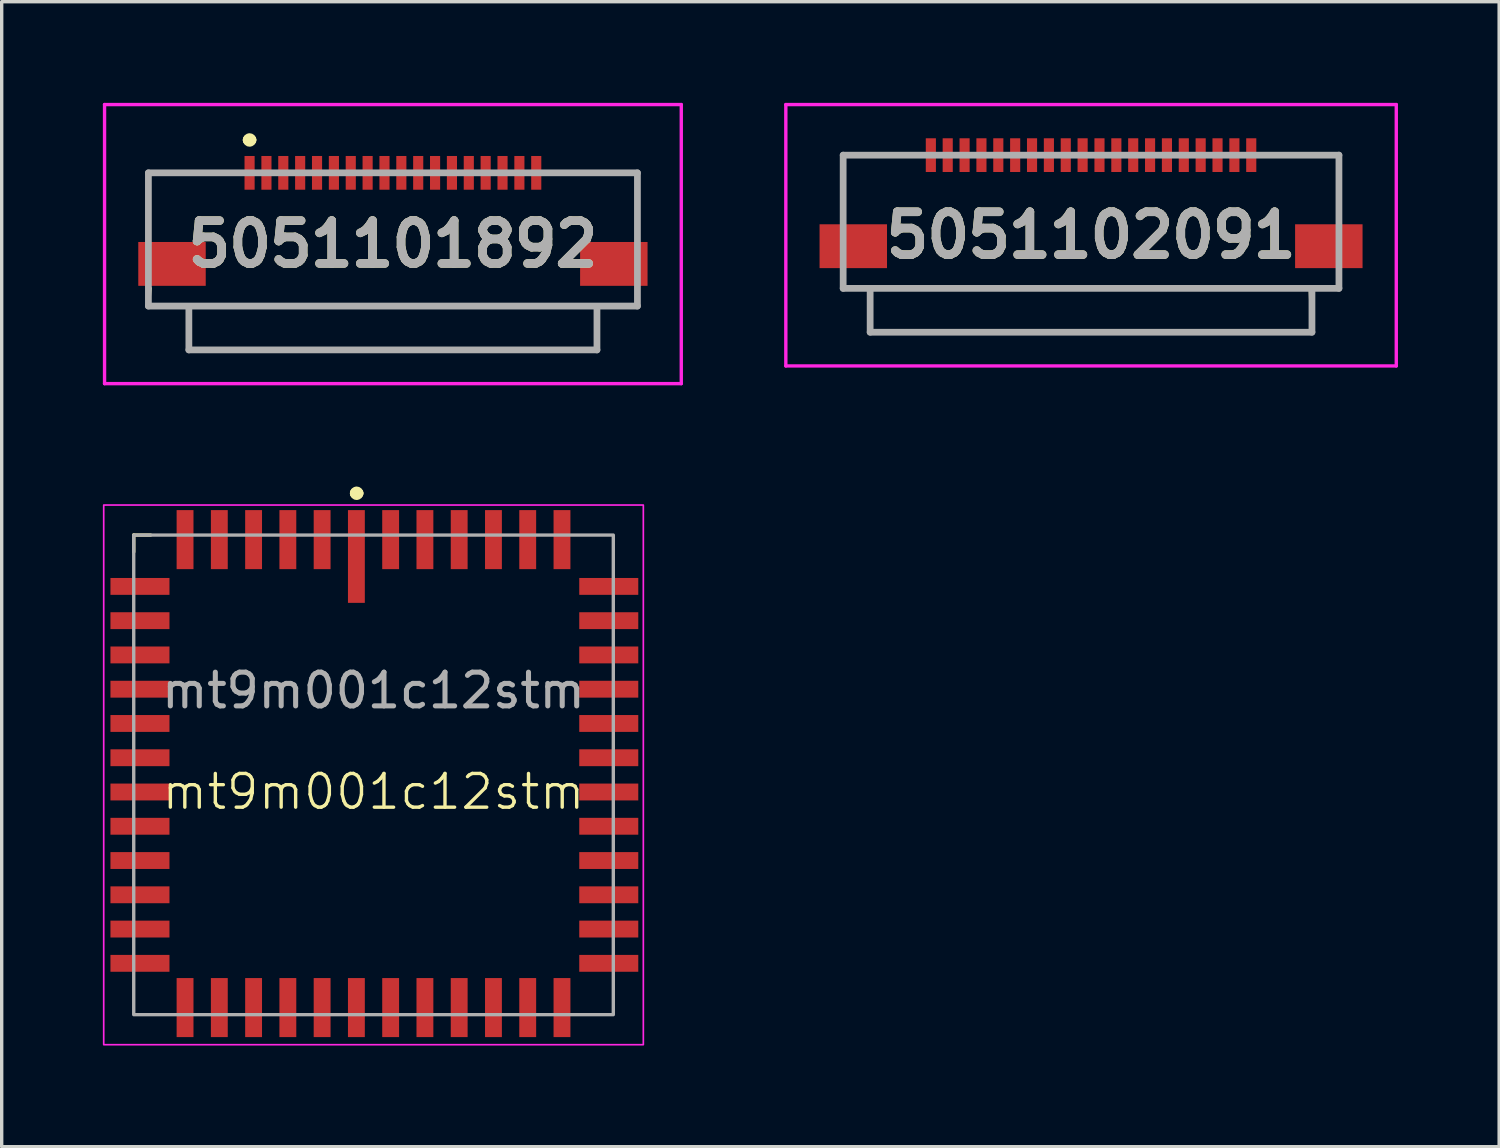
<source format=kicad_pcb>
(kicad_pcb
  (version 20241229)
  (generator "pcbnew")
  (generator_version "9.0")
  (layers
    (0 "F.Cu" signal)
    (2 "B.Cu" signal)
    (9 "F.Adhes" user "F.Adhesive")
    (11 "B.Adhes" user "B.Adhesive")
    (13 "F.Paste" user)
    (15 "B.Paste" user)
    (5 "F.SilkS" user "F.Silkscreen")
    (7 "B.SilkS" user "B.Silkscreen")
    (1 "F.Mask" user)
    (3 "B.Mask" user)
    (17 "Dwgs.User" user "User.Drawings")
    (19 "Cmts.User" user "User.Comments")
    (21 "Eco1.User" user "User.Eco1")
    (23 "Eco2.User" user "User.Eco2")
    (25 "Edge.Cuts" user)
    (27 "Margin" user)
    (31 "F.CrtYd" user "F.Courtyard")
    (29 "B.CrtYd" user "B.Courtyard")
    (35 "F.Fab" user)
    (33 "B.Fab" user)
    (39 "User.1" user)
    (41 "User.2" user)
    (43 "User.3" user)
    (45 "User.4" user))
  (footprint "mt9m001c12stm"
    (layer "F.Cu")
    (at 8.025 19.925)
    (property "Reference" "mt9m001c12stm" (at 0 0.5 0) (unlocked yes) (layer "F.SilkS") (effects (font (size 1 1) (thickness 0.1))))
    (attr smd)
    (fp_line (start -7.11 -7.11) (end -7.11 -6.61) (stroke (width 0.1) (type default)) (layer "F.SilkS"))
    (fp_line (start -6.61 -7.11) (end -7.11 -7.11) (stroke (width 0.1) (type default)) (layer "F.SilkS"))
    (fp_line (start -0.55 -8.35) (end -0.55 -8.35) (stroke (width 0.3) (type solid)) (layer "F.SilkS"))
    (fp_line (start -0.45 -8.35) (end -0.45 -8.35) (stroke (width 0.3) (type solid)) (layer "F.SilkS"))
    (fp_arc (start -0.55 -8.35) (mid -0.5 -8.4) (end -0.45 -8.35) (stroke (width 0.3) (type solid)) (layer "F.SilkS"))
    (fp_arc (start -0.45 -8.35) (mid -0.5 -8.3) (end -0.55 -8.35) (stroke (width 0.3) (type solid)) (layer "F.SilkS"))
    (fp_rect (start 8 8) (end -8 -8) (stroke (width 0.05) (type default)) (fill no) (layer "F.CrtYd"))
    (fp_rect (start 7.11 7.11) (end -7.11 -7.11) (stroke (width 0.1) (type default)) (fill no) (layer "F.Fab"))
    (fp_text user "${REFERENCE}" (at 0 -2.5 0) (unlocked yes) (layer "F.Fab") (effects (font (size 1 1) (thickness 0.15))))
    (pad "1" smd rect (at -0.508 -6.475 270) (size 2.75 0.5) (layers "F.Cu" "F.Mask" "F.Paste"))
    (pad "2" smd rect (at -1.524 -6.975 270) (size 1.75 0.5) (layers "F.Cu" "F.Mask" "F.Paste"))
    (pad "3" smd rect (at -2.54 -6.975 270) (size 1.75 0.5) (layers "F.Cu" "F.Mask" "F.Paste"))
    (pad "4" smd rect (at -3.556 -6.975 270) (size 1.75 0.5) (layers "F.Cu" "F.Mask" "F.Paste"))
    (pad "5" smd rect (at -4.572 -6.975 270) (size 1.75 0.5) (layers "F.Cu" "F.Mask" "F.Paste"))
    (pad "6" smd rect (at -5.588 -6.975 270) (size 1.75 0.5) (layers "F.Cu" "F.Mask" "F.Paste"))
    (pad "7" smd rect (at -6.925 -5.588) (size 1.75 0.5) (layers "F.Cu" "F.Mask" "F.Paste"))
    (pad "8" smd rect (at -6.925 -4.572) (size 1.75 0.5) (layers "F.Cu" "F.Mask" "F.Paste"))
    (pad "9" smd rect (at -6.925 -3.556) (size 1.75 0.5) (layers "F.Cu" "F.Mask" "F.Paste"))
    (pad "10" smd rect (at -6.925 -2.54) (size 1.75 0.5) (layers "F.Cu" "F.Mask" "F.Paste"))
    (pad "11" smd rect (at -6.925 -1.524) (size 1.75 0.5) (layers "F.Cu" "F.Mask" "F.Paste"))
    (pad "12" smd rect (at -6.925 -0.508) (size 1.75 0.5) (layers "F.Cu" "F.Mask" "F.Paste"))
    (pad "13" smd rect (at -6.925 0.508) (size 1.75 0.5) (layers "F.Cu" "F.Mask" "F.Paste"))
    (pad "14" smd rect (at -6.925 1.524) (size 1.75 0.5) (layers "F.Cu" "F.Mask" "F.Paste"))
    (pad "15" smd rect (at -6.925 2.54) (size 1.75 0.5) (layers "F.Cu" "F.Mask" "F.Paste"))
    (pad "16" smd rect (at -6.925 3.556) (size 1.75 0.5) (layers "F.Cu" "F.Mask" "F.Paste"))
    (pad "17" smd rect (at -6.925 4.572) (size 1.75 0.5) (layers "F.Cu" "F.Mask" "F.Paste"))
    (pad "18" smd rect (at -6.925 5.588) (size 1.75 0.5) (layers "F.Cu" "F.Mask" "F.Paste"))
    (pad "19" smd rect (at -5.588 6.9 270) (size 1.75 0.5) (layers "F.Cu" "F.Mask" "F.Paste"))
    (pad "20" smd rect (at -4.572 6.9 270) (size 1.75 0.5) (layers "F.Cu" "F.Mask" "F.Paste"))
    (pad "21" smd rect (at -3.556 6.9 270) (size 1.75 0.5) (layers "F.Cu" "F.Mask" "F.Paste"))
    (pad "22" smd rect (at -2.54 6.9 270) (size 1.75 0.5) (layers "F.Cu" "F.Mask" "F.Paste"))
    (pad "23" smd rect (at -1.524 6.9 270) (size 1.75 0.5) (layers "F.Cu" "F.Mask" "F.Paste"))
    (pad "24" smd rect (at -0.508 6.9 270) (size 1.75 0.5) (layers "F.Cu" "F.Mask" "F.Paste"))
    (pad "25" smd rect (at 0.508 6.9 270) (size 1.75 0.5) (layers "F.Cu" "F.Mask" "F.Paste"))
    (pad "26" smd rect (at 1.524 6.9 270) (size 1.75 0.5) (layers "F.Cu" "F.Mask" "F.Paste"))
    (pad "27" smd rect (at 2.54 6.9 270) (size 1.75 0.5) (layers "F.Cu" "F.Mask" "F.Paste"))
    (pad "28" smd rect (at 3.556 6.9 270) (size 1.75 0.5) (layers "F.Cu" "F.Mask" "F.Paste"))
    (pad "29" smd rect (at 4.572 6.9 270) (size 1.75 0.5) (layers "F.Cu" "F.Mask" "F.Paste"))
    (pad "30" smd rect (at 5.588 6.9 270) (size 1.75 0.5) (layers "F.Cu" "F.Mask" "F.Paste"))
    (pad "31" smd rect (at 6.975 5.588) (size 1.75 0.5) (layers "F.Cu" "F.Mask" "F.Paste"))
    (pad "32" smd rect (at 6.975 4.572) (size 1.75 0.5) (layers "F.Cu" "F.Mask" "F.Paste"))
    (pad "33" smd rect (at 6.975 3.556) (size 1.75 0.5) (layers "F.Cu" "F.Mask" "F.Paste"))
    (pad "34" smd rect (at 6.975 2.54) (size 1.75 0.5) (layers "F.Cu" "F.Mask" "F.Paste"))
    (pad "35" smd rect (at 6.975 1.524) (size 1.75 0.5) (layers "F.Cu" "F.Mask" "F.Paste"))
    (pad "36" smd rect (at 6.975 0.508) (size 1.75 0.5) (layers "F.Cu" "F.Mask" "F.Paste"))
    (pad "37" smd rect (at 6.975 -0.508) (size 1.75 0.5) (layers "F.Cu" "F.Mask" "F.Paste"))
    (pad "38" smd rect (at 6.975 -1.524) (size 1.75 0.5) (layers "F.Cu" "F.Mask" "F.Paste"))
    (pad "39" smd rect (at 6.975 -2.54) (size 1.75 0.5) (layers "F.Cu" "F.Mask" "F.Paste"))
    (pad "40" smd rect (at 6.975 -3.556) (size 1.75 0.5) (layers "F.Cu" "F.Mask" "F.Paste"))
    (pad "41" smd rect (at 6.975 -4.572) (size 1.75 0.5) (layers "F.Cu" "F.Mask" "F.Paste"))
    (pad "42" smd rect (at 6.975 -5.588) (size 1.75 0.5) (layers "F.Cu" "F.Mask" "F.Paste"))
    (pad "43" smd rect (at 5.588 -6.975 270) (size 1.75 0.5) (layers "F.Cu" "F.Mask" "F.Paste"))
    (pad "44" smd rect (at 4.572 -6.975 270) (size 1.75 0.5) (layers "F.Cu" "F.Mask" "F.Paste"))
    (pad "45" smd rect (at 3.556 -6.975 270) (size 1.75 0.5) (layers "F.Cu" "F.Mask" "F.Paste"))
    (pad "46" smd rect (at 2.54 -6.975 270) (size 1.75 0.5) (layers "F.Cu" "F.Mask" "F.Paste"))
    (pad "47" smd rect (at 1.524 -6.975 270) (size 1.75 0.5) (layers "F.Cu" "F.Mask" "F.Paste"))
    (pad "48" smd rect (at 0.508 -6.975 270) (size 1.75 0.5) (layers "F.Cu" "F.Mask" "F.Paste")))
  (footprint "5051101892"
    (layer "F.Cu")
    (at 8.6 4.7)
    (property "Reference" "5051101892" (at 0 -0.513 0) (layer "F.SilkS") (effects (font (size 1.27 1.27) (thickness 0.254))))
    (attr smd)
    (fp_line (start -7.25 -2.6) (end -7.25 -0.8) (stroke (width 0.1) (type solid)) (layer "F.SilkS"))
    (fp_line (start -7.25 1.325) (end 7.25 1.325) (stroke (width 0.1) (type solid)) (layer "F.SilkS"))
    (fp_line (start -7.2 0.8) (end -7.25 1.325) (stroke (width 0.1) (type solid)) (layer "F.SilkS"))
    (fp_line (start -6.05 1.4) (end -6.05 2.6) (stroke (width 0.1) (type solid)) (layer "F.SilkS"))
    (fp_line (start -6.05 2.6) (end 6.05 2.625) (stroke (width 0.1) (type solid)) (layer "F.SilkS"))
    (fp_line (start -4.6 -2.625) (end -7.25 -2.6) (stroke (width 0.1) (type solid)) (layer "F.SilkS"))
    (fp_line (start -4.3 -3.6) (end -4.3 -3.6) (stroke (width 0.3) (type solid)) (layer "F.SilkS"))
    (fp_line (start -4.2 -3.6) (end -4.2 -3.6) (stroke (width 0.3) (type solid)) (layer "F.SilkS"))
    (fp_line (start 6.05 2.625) (end 6.05 1.325) (stroke (width 0.1) (type solid)) (layer "F.SilkS"))
    (fp_line (start 7.25 -2.625) (end 4.6 -2.625) (stroke (width 0.1) (type solid)) (layer "F.SilkS"))
    (fp_line (start 7.25 -0.8) (end 7.25 -2.625) (stroke (width 0.1) (type solid)) (layer "F.SilkS"))
    (fp_line (start 7.25 1.325) (end 7.25 0.8) (stroke (width 0.1) (type solid)) (layer "F.SilkS"))
    (fp_arc (start -4.3 -3.6) (mid -4.25 -3.65) (end -4.2 -3.6) (stroke (width 0.3) (type solid)) (layer "F.SilkS"))
    (fp_arc (start -4.2 -3.6) (mid -4.25 -3.55) (end -4.3 -3.6) (stroke (width 0.3) (type solid)) (layer "F.SilkS"))
    (fp_line (start -8.55 -4.65) (end 8.55 -4.65) (stroke (width 0.1) (type solid)) (layer "F.CrtYd"))
    (fp_line (start -8.55 3.625) (end -8.55 -4.65) (stroke (width 0.1) (type solid)) (layer "F.CrtYd"))
    (fp_line (start 8.55 -4.65) (end 8.55 3.625) (stroke (width 0.1) (type solid)) (layer "F.CrtYd"))
    (fp_line (start 8.55 3.625) (end -8.55 3.625) (stroke (width 0.1) (type solid)) (layer "F.CrtYd"))
    (fp_line (start -7.25 -2.625) (end 7.25 -2.625) (stroke (width 0.2) (type solid)) (layer "F.Fab"))
    (fp_line (start -7.25 1.325) (end -7.25 -2.625) (stroke (width 0.2) (type solid)) (layer "F.Fab"))
    (fp_line (start -6.05 1.375) (end -6.05 2.625) (stroke (width 0.2) (type solid)) (layer "F.Fab"))
    (fp_line (start -6.05 2.625) (end 6.05 2.625) (stroke (width 0.2) (type solid)) (layer "F.Fab"))
    (fp_line (start 6.05 2.625) (end 6.05 1.375) (stroke (width 0.2) (type solid)) (layer "F.Fab"))
    (fp_line (start 7.25 -2.625) (end 7.25 1.325) (stroke (width 0.2) (type solid)) (layer "F.Fab"))
    (fp_line (start 7.25 1.325) (end -7.25 1.325) (stroke (width 0.2) (type solid)) (layer "F.Fab"))
    (fp_text user "${REFERENCE}" (at 0 -0.513 0) (layer "F.Fab") (effects (font (size 1.27 1.27) (thickness 0.254))))
    (pad "1" smd rect (at -4.25 -2.625) (size 0.3 1) (layers "F.Cu" "F.Mask" "F.Paste"))
    (pad "2" smd rect (at -3.75 -2.625) (size 0.3 1) (layers "F.Cu" "F.Mask" "F.Paste"))
    (pad "3" smd rect (at -3.25 -2.625) (size 0.3 1) (layers "F.Cu" "F.Mask" "F.Paste"))
    (pad "4" smd rect (at -2.75 -2.625) (size 0.3 1) (layers "F.Cu" "F.Mask" "F.Paste"))
    (pad "5" smd rect (at -2.25 -2.625) (size 0.3 1) (layers "F.Cu" "F.Mask" "F.Paste"))
    (pad "6" smd rect (at -1.75 -2.625) (size 0.3 1) (layers "F.Cu" "F.Mask" "F.Paste"))
    (pad "7" smd rect (at -1.25 -2.625) (size 0.3 1) (layers "F.Cu" "F.Mask" "F.Paste"))
    (pad "8" smd rect (at -0.75 -2.625) (size 0.3 1) (layers "F.Cu" "F.Mask" "F.Paste"))
    (pad "9" smd rect (at -0.25 -2.625) (size 0.3 1) (layers "F.Cu" "F.Mask" "F.Paste"))
    (pad "10" smd rect (at 0.25 -2.625) (size 0.3 1) (layers "F.Cu" "F.Mask" "F.Paste"))
    (pad "11" smd rect (at 0.75 -2.625) (size 0.3 1) (layers "F.Cu" "F.Mask" "F.Paste"))
    (pad "12" smd rect (at 1.25 -2.625) (size 0.3 1) (layers "F.Cu" "F.Mask" "F.Paste"))
    (pad "13" smd rect (at 1.75 -2.625) (size 0.3 1) (layers "F.Cu" "F.Mask" "F.Paste"))
    (pad "14" smd rect (at 2.25 -2.625) (size 0.3 1) (layers "F.Cu" "F.Mask" "F.Paste"))
    (pad "15" smd rect (at 2.75 -2.625) (size 0.3 1) (layers "F.Cu" "F.Mask" "F.Paste"))
    (pad "16" smd rect (at 3.25 -2.625) (size 0.3 1) (layers "F.Cu" "F.Mask" "F.Paste"))
    (pad "17" smd rect (at 3.75 -2.625) (size 0.3 1) (layers "F.Cu" "F.Mask" "F.Paste"))
    (pad "18" smd rect (at 4.25 -2.625) (size 0.3 1) (layers "F.Cu" "F.Mask" "F.Paste"))
    (pad "MP1" smd rect (at -6.55 0.075 90) (size 1.3 2) (layers "F.Cu" "F.Mask" "F.Paste"))
    (pad "MP2" smd rect (at 6.55 0.075 90) (size 1.3 2) (layers "F.Cu" "F.Mask" "F.Paste")))
  (footprint "5051102091"
    (layer "F.Cu")
    (at 29.3 4.175)
    (property "Reference" "5051102091" (at 0 -0.25 0) (layer "F.SilkS") (effects (font (size 1.27 1.27) (thickness 0.254))))
    (attr smd)
    (fp_line (start -7.35 -2.625) (end -7.35 -1) (stroke (width 0.1) (type solid)) (layer "F.SilkS"))
    (fp_line (start -7.35 1) (end -7.35 1.325) (stroke (width 0.1) (type solid)) (layer "F.SilkS"))
    (fp_line (start -7.35 1.325) (end 7.35 1.325) (stroke (width 0.1) (type solid)) (layer "F.SilkS"))
    (fp_line (start -6.55 1.5) (end -6.55 2.625) (stroke (width 0.1) (type solid)) (layer "F.SilkS"))
    (fp_line (start -6.55 2.625) (end 6.55 2.625) (stroke (width 0.1) (type solid)) (layer "F.SilkS"))
    (fp_line (start -5.5 -2.625) (end -7.35 -2.625) (stroke (width 0.1) (type solid)) (layer "F.SilkS"))
    (fp_line (start 5.5 -2.625) (end 7.35 -2.625) (stroke (width 0.1) (type solid)) (layer "F.SilkS"))
    (fp_line (start 6.55 2.625) (end 6.5 1.35) (stroke (width 0.1) (type solid)) (layer "F.SilkS"))
    (fp_line (start 7.35 -2.625) (end 7.35 -1) (stroke (width 0.1) (type solid)) (layer "F.SilkS"))
    (fp_line (start 7.35 1.325) (end 7.35 1) (stroke (width 0.1) (type solid)) (layer "F.SilkS"))
    (fp_line (start -9.05 -4.125) (end 9.05 -4.125) (stroke (width 0.1) (type solid)) (layer "F.CrtYd"))
    (fp_line (start -9.05 3.625) (end -9.05 -4.125) (stroke (width 0.1) (type solid)) (layer "F.CrtYd"))
    (fp_line (start 9.05 -4.125) (end 9.05 3.625) (stroke (width 0.1) (type solid)) (layer "F.CrtYd"))
    (fp_line (start 9.05 3.625) (end -9.05 3.625) (stroke (width 0.1) (type solid)) (layer "F.CrtYd"))
    (fp_line (start -7.35 -2.625) (end 7.35 -2.625) (stroke (width 0.2) (type solid)) (layer "F.Fab"))
    (fp_line (start -7.35 1.325) (end -7.35 -2.625) (stroke (width 0.2) (type solid)) (layer "F.Fab"))
    (fp_line (start -6.55 1.35) (end -6.55 2.625) (stroke (width 0.2) (type solid)) (layer "F.Fab"))
    (fp_line (start -6.55 2.625) (end 6.55 2.625) (stroke (width 0.2) (type solid)) (layer "F.Fab"))
    (fp_line (start 6.55 2.625) (end 6.55 1.35) (stroke (width 0.2) (type solid)) (layer "F.Fab"))
    (fp_line (start 7.35 -2.625) (end 7.35 1.325) (stroke (width 0.2) (type solid)) (layer "F.Fab"))
    (fp_line (start 7.35 1.325) (end -7.35 1.325) (stroke (width 0.2) (type solid)) (layer "F.Fab"))
    (fp_text user "${REFERENCE}" (at 0 -0.25 0) (layer "F.Fab") (effects (font (size 1.27 1.27) (thickness 0.254))))
    (pad "1" smd rect (at -4.75 -2.625) (size 0.3 1) (layers "F.Cu" "F.Mask" "F.Paste"))
    (pad "2" smd rect (at -4.25 -2.625) (size 0.3 1) (layers "F.Cu" "F.Mask" "F.Paste"))
    (pad "3" smd rect (at -3.75 -2.625) (size 0.3 1) (layers "F.Cu" "F.Mask" "F.Paste"))
    (pad "4" smd rect (at -3.25 -2.625) (size 0.3 1) (layers "F.Cu" "F.Mask" "F.Paste"))
    (pad "5" smd rect (at -2.75 -2.625) (size 0.3 1) (layers "F.Cu" "F.Mask" "F.Paste"))
    (pad "6" smd rect (at -2.25 -2.625) (size 0.3 1) (layers "F.Cu" "F.Mask" "F.Paste"))
    (pad "7" smd rect (at -1.75 -2.625) (size 0.3 1) (layers "F.Cu" "F.Mask" "F.Paste"))
    (pad "8" smd rect (at -1.25 -2.625) (size 0.3 1) (layers "F.Cu" "F.Mask" "F.Paste"))
    (pad "9" smd rect (at -0.75 -2.625) (size 0.3 1) (layers "F.Cu" "F.Mask" "F.Paste"))
    (pad "10" smd rect (at -0.25 -2.625) (size 0.3 1) (layers "F.Cu" "F.Mask" "F.Paste"))
    (pad "11" smd rect (at 0.25 -2.625) (size 0.3 1) (layers "F.Cu" "F.Mask" "F.Paste"))
    (pad "12" smd rect (at 0.75 -2.625) (size 0.3 1) (layers "F.Cu" "F.Mask" "F.Paste"))
    (pad "13" smd rect (at 1.25 -2.625) (size 0.3 1) (layers "F.Cu" "F.Mask" "F.Paste"))
    (pad "14" smd rect (at 1.75 -2.625) (size 0.3 1) (layers "F.Cu" "F.Mask" "F.Paste"))
    (pad "15" smd rect (at 2.25 -2.625) (size 0.3 1) (layers "F.Cu" "F.Mask" "F.Paste"))
    (pad "16" smd rect (at 2.75 -2.625) (size 0.3 1) (layers "F.Cu" "F.Mask" "F.Paste"))
    (pad "17" smd rect (at 3.25 -2.625) (size 0.3 1) (layers "F.Cu" "F.Mask" "F.Paste"))
    (pad "18" smd rect (at 3.75 -2.625) (size 0.3 1) (layers "F.Cu" "F.Mask" "F.Paste"))
    (pad "19" smd rect (at 4.25 -2.625) (size 0.3 1) (layers "F.Cu" "F.Mask" "F.Paste"))
    (pad "20" smd rect (at 4.75 -2.625) (size 0.3 1) (layers "F.Cu" "F.Mask" "F.Paste"))
    (pad "MP1" smd rect (at -7.05 0.075 90) (size 1.3 2) (layers "F.Cu" "F.Mask" "F.Paste"))
    (pad "MP2" smd rect (at 7.05 0.075 90) (size 1.3 2) (layers "F.Cu" "F.Mask" "F.Paste")))
  (gr_rect
    (start -3 -3)
    (end 41.4 30.95)
    (stroke (width 0.1) (type default))
    (fill no)
    (layer "Edge.Cuts")))
</source>
